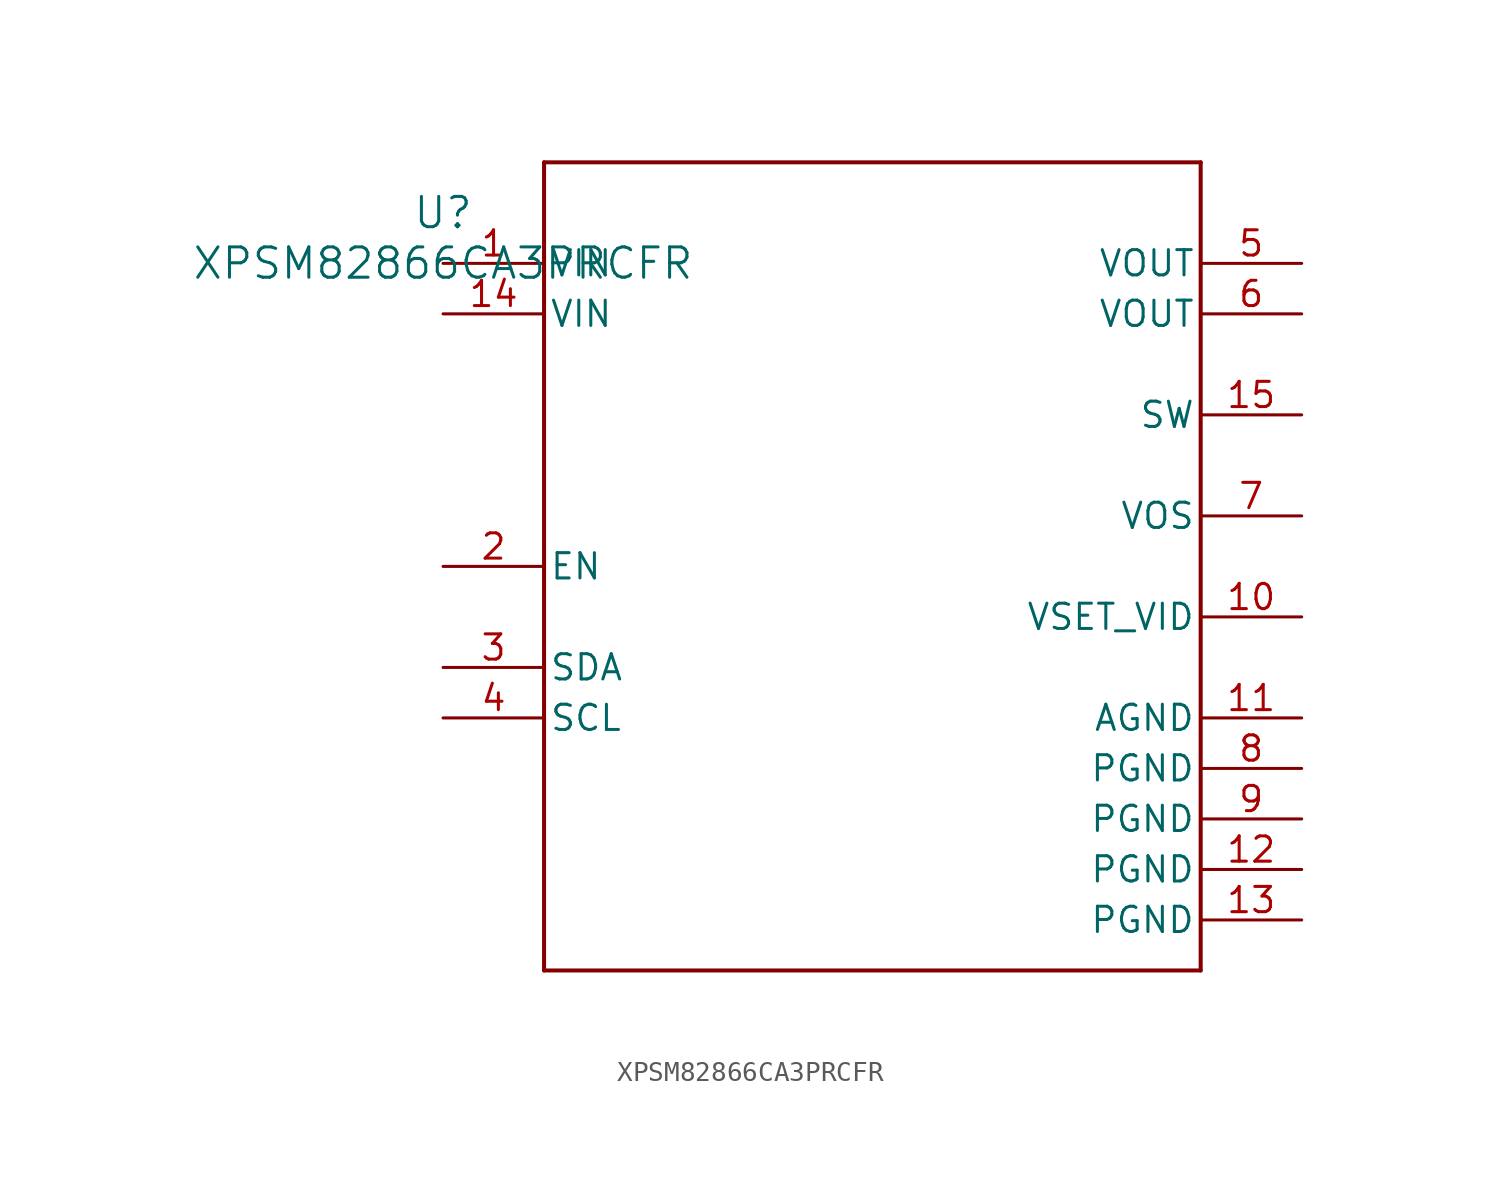
<source format=kicad_sym>
(kicad_symbol_lib
  (version 20211014)
  (generator kicad_symbol_editor)
  (symbol "XPSM82866CA3PRCFR"
    (pin_names
      (offset 0.254))
    (property "Reference" "U"
      (at 0 2.54 0)
      (effects (font (size 1.524 1.524))))
    (property "Value" "XPSM82866CA3PRCFR"
      (at 0 0 0)
      (effects (font (size 1.524 1.524))))
    (symbol "XPSM82866CA3PRCFR_0_1"
      (polyline (pts (xy 5.08 -35.56) (xy 38.1 -35.56)) (stroke (width 0.203) (type default) (color 0 0 0 0)) (fill (type none)))
      (polyline (pts (xy 38.1 -35.56) (xy 38.1 5.08)) (stroke (width 0.203) (type default) (color 0 0 0 0)) (fill (type none)))
      (polyline (pts (xy 38.1 5.08) (xy 5.08 5.08)) (stroke (width 0.203) (type default) (color 0 0 0 0)) (fill (type none)))
      (polyline (pts (xy 5.08 5.08) (xy 5.08 -35.56)) (stroke (width 0.203) (type default) (color 0 0 0 0)) (fill (type none)))
      (pin power_in line (at 0 0 0) (length 5.08) (name "VIN" (effects (font (size 1.27 1.27)))) (number "1" (effects (font (size 1.27 1.27)))))
      (pin input line (at 0 -15.24 0) (length 5.08) (name "EN" (effects (font (size 1.27 1.27)))) (number "2" (effects (font (size 1.27 1.27)))))
      (pin bidirectional line (at 0 -20.32 0) (length 5.08) (name "SDA" (effects (font (size 1.27 1.27)))) (number "3" (effects (font (size 1.27 1.27)))))
      (pin input line (at 0 -22.86 0) (length 5.08) (name "SCL" (effects (font (size 1.27 1.27)))) (number "4" (effects (font (size 1.27 1.27)))))
      (pin power_in line (at 43.18 0 180) (length 5.08) (name "VOUT" (effects (font (size 1.27 1.27)))) (number "5" (effects (font (size 1.27 1.27)))))
      (pin power_in line (at 43.18 -2.54 180) (length 5.08) (name "VOUT" (effects (font (size 1.27 1.27)))) (number "6" (effects (font (size 1.27 1.27)))))
      (pin power_in line (at 43.18 -12.7 180) (length 5.08) (name "VOS" (effects (font (size 1.27 1.27)))) (number "7" (effects (font (size 1.27 1.27)))))
      (pin power_in line (at 43.18 -25.4 180) (length 5.08) (name "PGND" (effects (font (size 1.27 1.27)))) (number "8" (effects (font (size 1.27 1.27)))))
      (pin power_in line (at 43.18 -27.94 180) (length 5.08) (name "PGND" (effects (font (size 1.27 1.27)))) (number "9" (effects (font (size 1.27 1.27)))))
      (pin unspecified line (at 43.18 -17.78 180) (length 5.08) (name "VSET_VID" (effects (font (size 1.27 1.27)))) (number "10" (effects (font (size 1.27 1.27)))))
      (pin power_in line (at 43.18 -22.86 180) (length 5.08) (name "AGND" (effects (font (size 1.27 1.27)))) (number "11" (effects (font (size 1.27 1.27)))))
      (pin power_in line (at 43.18 -30.48 180) (length 5.08) (name "PGND" (effects (font (size 1.27 1.27)))) (number "12" (effects (font (size 1.27 1.27)))))
      (pin power_in line (at 43.18 -33.02 180) (length 5.08) (name "PGND" (effects (font (size 1.27 1.27)))) (number "13" (effects (font (size 1.27 1.27)))))
      (pin power_in line (at 0 -2.54 0) (length 5.08) (name "VIN" (effects (font (size 1.27 1.27)))) (number "14" (effects (font (size 1.27 1.27)))))
      (pin unspecified line (at 43.18 -7.62 180) (length 5.08) (name "SW" (effects (font (size 1.27 1.27)))) (number "15" (effects (font (size 1.27 1.27))))))))
</source>
